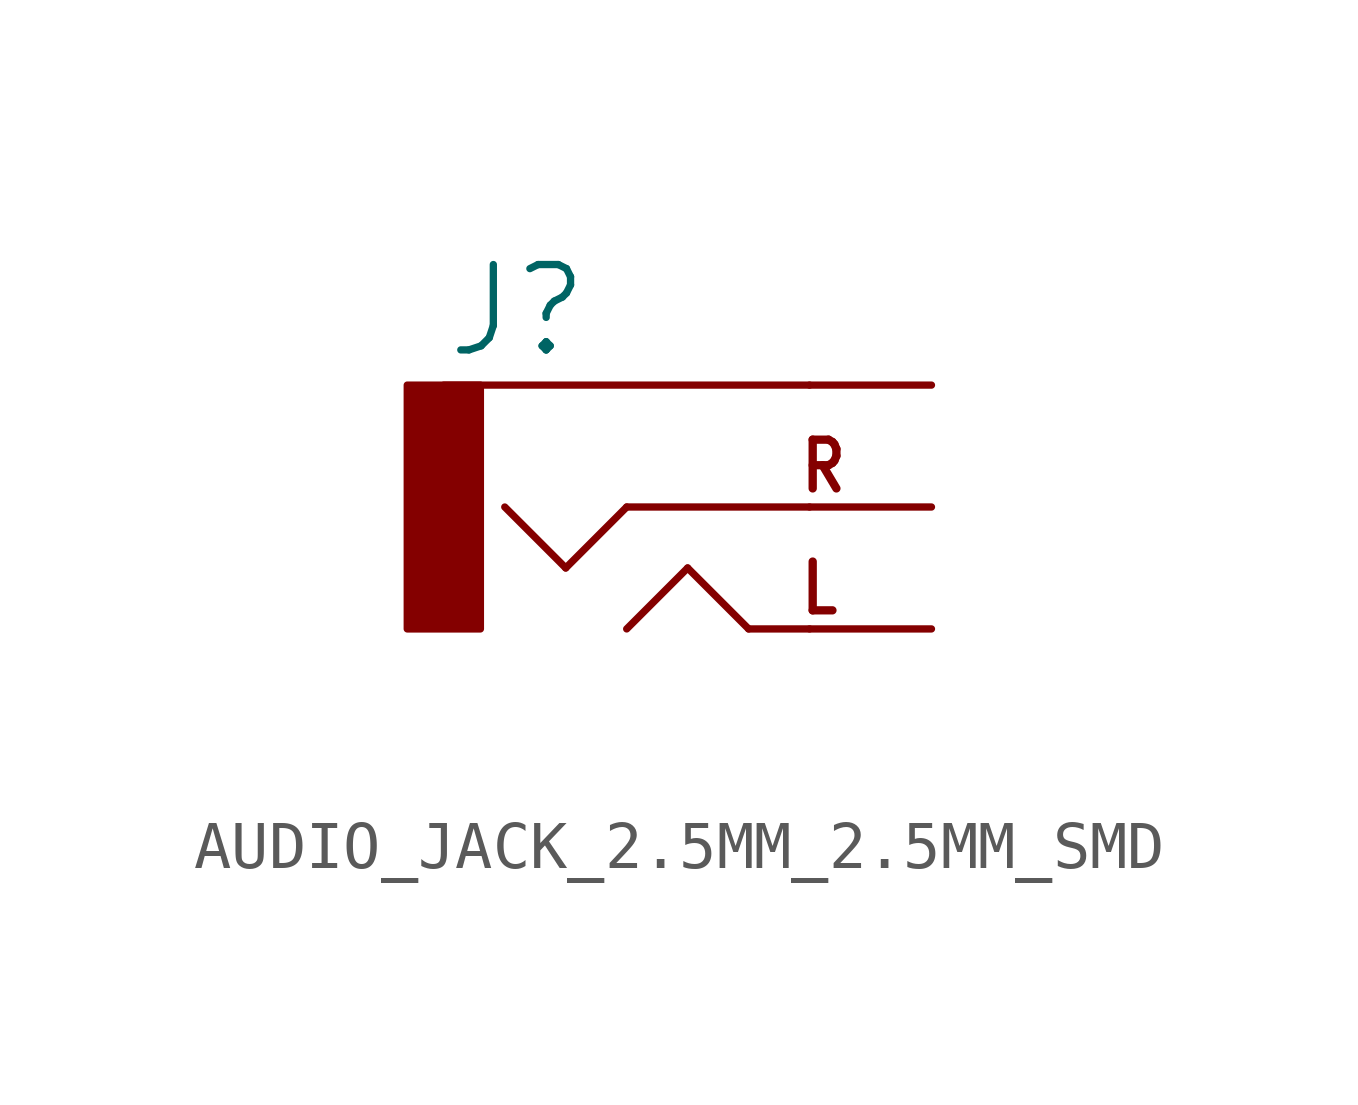
<source format=kicad_sym>
(kicad_symbol_lib
  (version 20231120)
  (generator "kicad_symbol_editor")
  (generator_version "8.0")
  (symbol "AUDIO_JACK_2.5MM_2.5MM_SMD"
    (property "Reference" "J"
      (at -5.08 3.048 0)
      (effects (font (size 1.778 1.778)) (justify left bottom)))
    (property "Value" ""
      (at -5.08 -5.08 0)
      (effects (font (size 1.778 1.778)) (justify left bottom)))
    (property "ki_locked" ""
      (at 0 0 0)
      (effects (font (size 1.27 1.27))))
    (symbol "AUDIO_JACK_2.5MM_2.5MM_SMD_1_0"
      (rectangle (start -5.842 2.54) (end -4.318 -2.54) (stroke (width 0) (type default)) (fill (type outline)))
      (polyline (pts (xy -2.54 -1.27) (xy -3.81 0)) (stroke (width 0.152) (type solid)) (fill (type none)))
      (polyline (pts (xy -1.27 -2.54) (xy 0 -1.27)) (stroke (width 0.152) (type solid)) (fill (type none)))
      (polyline (pts (xy -1.27 0) (xy -2.54 -1.27)) (stroke (width 0.152) (type solid)) (fill (type none)))
      (polyline (pts (xy 0 -1.27) (xy 1.27 -2.54)) (stroke (width 0.152) (type solid)) (fill (type none)))
      (polyline (pts (xy 1.27 -2.54) (xy 2.54 -2.54)) (stroke (width 0.152) (type solid)) (fill (type none)))
      (polyline (pts (xy 2.54 0) (xy -1.27 0)) (stroke (width 0.152) (type solid)) (fill (type none)))
      (polyline (pts (xy 2.54 2.54) (xy -5.08 2.54)) (stroke (width 0.152) (type solid)) (fill (type none)))
      (text "L" (at 2.286 -2.286 0) (effects (font (size 1.016 0.864) (thickness 0.173) (bold yes)) (justify left bottom)))
      (text "R" (at 2.286 0.254 0) (effects (font (size 1.016 0.864) (thickness 0.173) (bold yes)) (justify left bottom)))
      (pin bidirectional line (at 5.08 -2.54 180) (length 2.54) (name "LEFT" (effects (font (size 0 0)))) (number "1" (effects (font (size 0 0)))))
      (pin bidirectional line (at 5.08 0 180) (length 2.54) (name "RIGHT" (effects (font (size 0 0)))) (number "4" (effects (font (size 0 0)))))
      (pin bidirectional line (at 5.08 2.54 180) (length 2.54) (name "SLEEVE" (effects (font (size 0 0)))) (number "5" (effects (font (size 0 0))))))))
</source>
